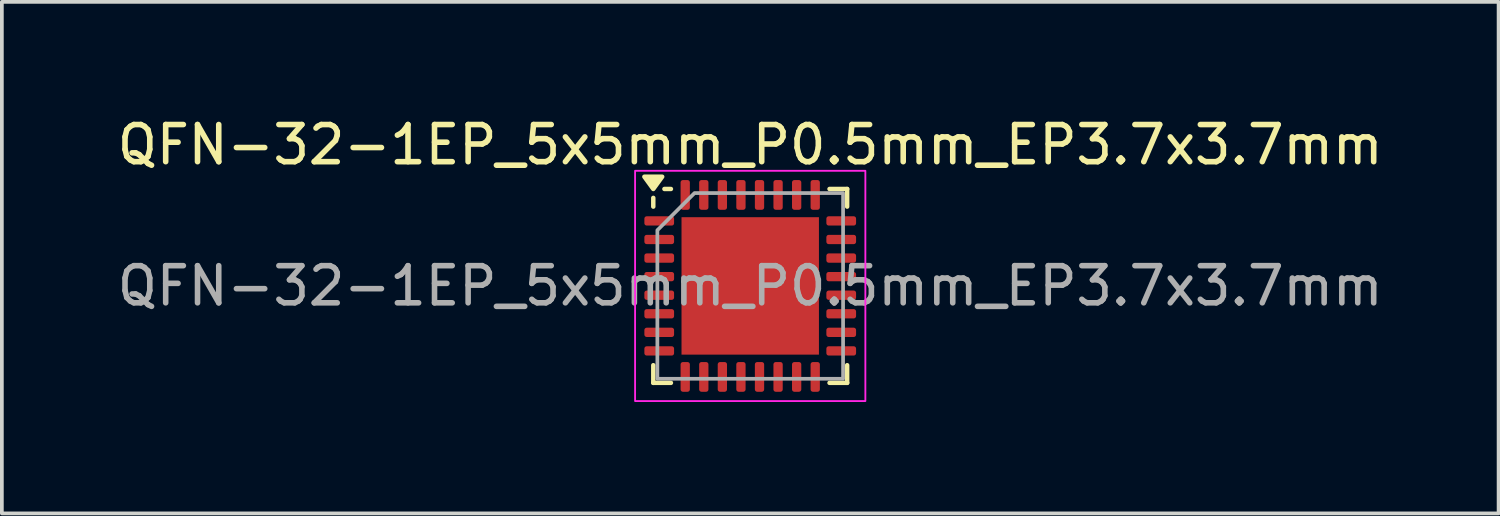
<source format=kicad_pcb>
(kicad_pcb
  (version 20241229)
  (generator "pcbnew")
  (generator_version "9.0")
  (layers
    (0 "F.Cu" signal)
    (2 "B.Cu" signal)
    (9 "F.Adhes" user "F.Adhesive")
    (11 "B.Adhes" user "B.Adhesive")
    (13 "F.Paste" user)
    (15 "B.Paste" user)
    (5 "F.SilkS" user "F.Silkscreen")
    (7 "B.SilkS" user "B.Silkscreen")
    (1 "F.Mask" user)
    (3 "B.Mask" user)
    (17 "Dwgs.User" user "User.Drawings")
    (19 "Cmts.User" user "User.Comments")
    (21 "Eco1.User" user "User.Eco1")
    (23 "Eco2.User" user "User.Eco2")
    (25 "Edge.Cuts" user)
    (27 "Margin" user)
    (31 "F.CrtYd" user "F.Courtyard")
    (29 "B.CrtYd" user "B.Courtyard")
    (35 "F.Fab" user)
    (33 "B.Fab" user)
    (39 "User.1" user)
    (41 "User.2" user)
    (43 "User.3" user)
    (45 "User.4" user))
  (footprint "QFN-32-1EP_5x5mm_P0.5mm_EP3.7x3.7mm"
    (layer "F.Cu")
    (at 17.149 4.648)
    (property "Reference" "QFN-32-1EP_5x5mm_P0.5mm_EP3.7x3.7mm" (at 0 -3.8 0) (layer "F.SilkS") (effects (font (size 1 1) (thickness 0.15))))
    (attr smd)
    (fp_line (start -2.61 -2.135) (end -2.61 -2.37) (stroke (width 0.12) (type solid)) (layer "F.SilkS"))
    (fp_line (start -2.61 2.61) (end -2.61 2.135) (stroke (width 0.12) (type solid)) (layer "F.SilkS"))
    (fp_line (start -2.135 -2.61) (end -2.31 -2.61) (stroke (width 0.12) (type solid)) (layer "F.SilkS"))
    (fp_line (start -2.135 2.61) (end -2.61 2.61) (stroke (width 0.12) (type solid)) (layer "F.SilkS"))
    (fp_line (start 2.135 -2.61) (end 2.61 -2.61) (stroke (width 0.12) (type solid)) (layer "F.SilkS"))
    (fp_line (start 2.135 2.61) (end 2.61 2.61) (stroke (width 0.12) (type solid)) (layer "F.SilkS"))
    (fp_line (start 2.61 -2.61) (end 2.61 -2.135) (stroke (width 0.12) (type solid)) (layer "F.SilkS"))
    (fp_line (start 2.61 2.61) (end 2.61 2.135) (stroke (width 0.12) (type solid)) (layer "F.SilkS"))
    (fp_poly (pts (xy -2.61 -2.61) (xy -2.85 -2.94) (xy -2.37 -2.94)) (stroke (width 0.12) (type solid)) (fill yes) (layer "F.SilkS"))
    (fp_rect (start -3.1 -3.1) (end 3.1 3.1) (stroke (width 0.05) (type solid)) (fill no) (layer "F.CrtYd"))
    (fp_poly (pts (xy -2.5 -1.5) (xy -2.5 2.5) (xy 2.5 2.5) (xy 2.5 -2.5) (xy -1.5 -2.5)) (stroke (width 0.1) (type solid)) (fill no) (layer "F.Fab"))
    (fp_text user "${REFERENCE}" (at 0 0 0) (layer "F.Fab") (effects (font (size 1 1) (thickness 0.15))))
    (pad "" smd roundrect (at -0.925 -0.925) (size 1.49 1.49) (layers "F.Paste") (roundrect_rratio 0.168))
    (pad "" smd roundrect (at -0.925 0.925) (size 1.49 1.49) (layers "F.Paste") (roundrect_rratio 0.168))
    (pad "" smd roundrect (at 0.925 -0.925) (size 1.49 1.49) (layers "F.Paste") (roundrect_rratio 0.168))
    (pad "" smd roundrect (at 0.925 0.925) (size 1.49 1.49) (layers "F.Paste") (roundrect_rratio 0.168))
    (pad "1" smd roundrect (at -2.45 -1.75) (size 0.8 0.25) (layers "F.Cu" "F.Mask" "F.Paste") (roundrect_rratio 0.25))
    (pad "2" smd roundrect (at -2.45 -1.25) (size 0.8 0.25) (layers "F.Cu" "F.Mask" "F.Paste") (roundrect_rratio 0.25))
    (pad "3" smd roundrect (at -2.45 -0.75) (size 0.8 0.25) (layers "F.Cu" "F.Mask" "F.Paste") (roundrect_rratio 0.25))
    (pad "4" smd roundrect (at -2.45 -0.25) (size 0.8 0.25) (layers "F.Cu" "F.Mask" "F.Paste") (roundrect_rratio 0.25))
    (pad "5" smd roundrect (at -2.45 0.25) (size 0.8 0.25) (layers "F.Cu" "F.Mask" "F.Paste") (roundrect_rratio 0.25))
    (pad "6" smd roundrect (at -2.45 0.75) (size 0.8 0.25) (layers "F.Cu" "F.Mask" "F.Paste") (roundrect_rratio 0.25))
    (pad "7" smd roundrect (at -2.45 1.25) (size 0.8 0.25) (layers "F.Cu" "F.Mask" "F.Paste") (roundrect_rratio 0.25))
    (pad "8" smd roundrect (at -2.45 1.75) (size 0.8 0.25) (layers "F.Cu" "F.Mask" "F.Paste") (roundrect_rratio 0.25))
    (pad "9" smd roundrect (at -1.75 2.45) (size 0.25 0.8) (layers "F.Cu" "F.Mask" "F.Paste") (roundrect_rratio 0.25))
    (pad "10" smd roundrect (at -1.25 2.45) (size 0.25 0.8) (layers "F.Cu" "F.Mask" "F.Paste") (roundrect_rratio 0.25))
    (pad "11" smd roundrect (at -0.75 2.45) (size 0.25 0.8) (layers "F.Cu" "F.Mask" "F.Paste") (roundrect_rratio 0.25))
    (pad "12" smd roundrect (at -0.25 2.45) (size 0.25 0.8) (layers "F.Cu" "F.Mask" "F.Paste") (roundrect_rratio 0.25))
    (pad "13" smd roundrect (at 0.25 2.45) (size 0.25 0.8) (layers "F.Cu" "F.Mask" "F.Paste") (roundrect_rratio 0.25))
    (pad "14" smd roundrect (at 0.75 2.45) (size 0.25 0.8) (layers "F.Cu" "F.Mask" "F.Paste") (roundrect_rratio 0.25))
    (pad "15" smd roundrect (at 1.25 2.45) (size 0.25 0.8) (layers "F.Cu" "F.Mask" "F.Paste") (roundrect_rratio 0.25))
    (pad "16" smd roundrect (at 1.75 2.45) (size 0.25 0.8) (layers "F.Cu" "F.Mask" "F.Paste") (roundrect_rratio 0.25))
    (pad "17" smd roundrect (at 2.45 1.75) (size 0.8 0.25) (layers "F.Cu" "F.Mask" "F.Paste") (roundrect_rratio 0.25))
    (pad "18" smd roundrect (at 2.45 1.25) (size 0.8 0.25) (layers "F.Cu" "F.Mask" "F.Paste") (roundrect_rratio 0.25))
    (pad "19" smd roundrect (at 2.45 0.75) (size 0.8 0.25) (layers "F.Cu" "F.Mask" "F.Paste") (roundrect_rratio 0.25))
    (pad "20" smd roundrect (at 2.45 0.25) (size 0.8 0.25) (layers "F.Cu" "F.Mask" "F.Paste") (roundrect_rratio 0.25))
    (pad "21" smd roundrect (at 2.45 -0.25) (size 0.8 0.25) (layers "F.Cu" "F.Mask" "F.Paste") (roundrect_rratio 0.25))
    (pad "22" smd roundrect (at 2.45 -0.75) (size 0.8 0.25) (layers "F.Cu" "F.Mask" "F.Paste") (roundrect_rratio 0.25))
    (pad "23" smd roundrect (at 2.45 -1.25) (size 0.8 0.25) (layers "F.Cu" "F.Mask" "F.Paste") (roundrect_rratio 0.25))
    (pad "24" smd roundrect (at 2.45 -1.75) (size 0.8 0.25) (layers "F.Cu" "F.Mask" "F.Paste") (roundrect_rratio 0.25))
    (pad "25" smd roundrect (at 1.75 -2.45) (size 0.25 0.8) (layers "F.Cu" "F.Mask" "F.Paste") (roundrect_rratio 0.25))
    (pad "26" smd roundrect (at 1.25 -2.45) (size 0.25 0.8) (layers "F.Cu" "F.Mask" "F.Paste") (roundrect_rratio 0.25))
    (pad "27" smd roundrect (at 0.75 -2.45) (size 0.25 0.8) (layers "F.Cu" "F.Mask" "F.Paste") (roundrect_rratio 0.25))
    (pad "28" smd roundrect (at 0.25 -2.45) (size 0.25 0.8) (layers "F.Cu" "F.Mask" "F.Paste") (roundrect_rratio 0.25))
    (pad "29" smd roundrect (at -0.25 -2.45) (size 0.25 0.8) (layers "F.Cu" "F.Mask" "F.Paste") (roundrect_rratio 0.25))
    (pad "30" smd roundrect (at -0.75 -2.45) (size 0.25 0.8) (layers "F.Cu" "F.Mask" "F.Paste") (roundrect_rratio 0.25))
    (pad "31" smd roundrect (at -1.25 -2.45) (size 0.25 0.8) (layers "F.Cu" "F.Mask" "F.Paste") (roundrect_rratio 0.25))
    (pad "32" smd roundrect (at -1.75 -2.45) (size 0.25 0.8) (layers "F.Cu" "F.Mask" "F.Paste") (roundrect_rratio 0.25))
    (pad "33" smd rect (at 0 0) (size 3.7 3.7) (property pad_prop_heatsink) (layers "F.Cu" "F.Mask")))
  (gr_rect
    (start -3 -3)
    (end 37.298 10.773)
    (stroke (width 0.1) (type default))
    (fill no)
    (layer "Edge.Cuts")))
</source>
